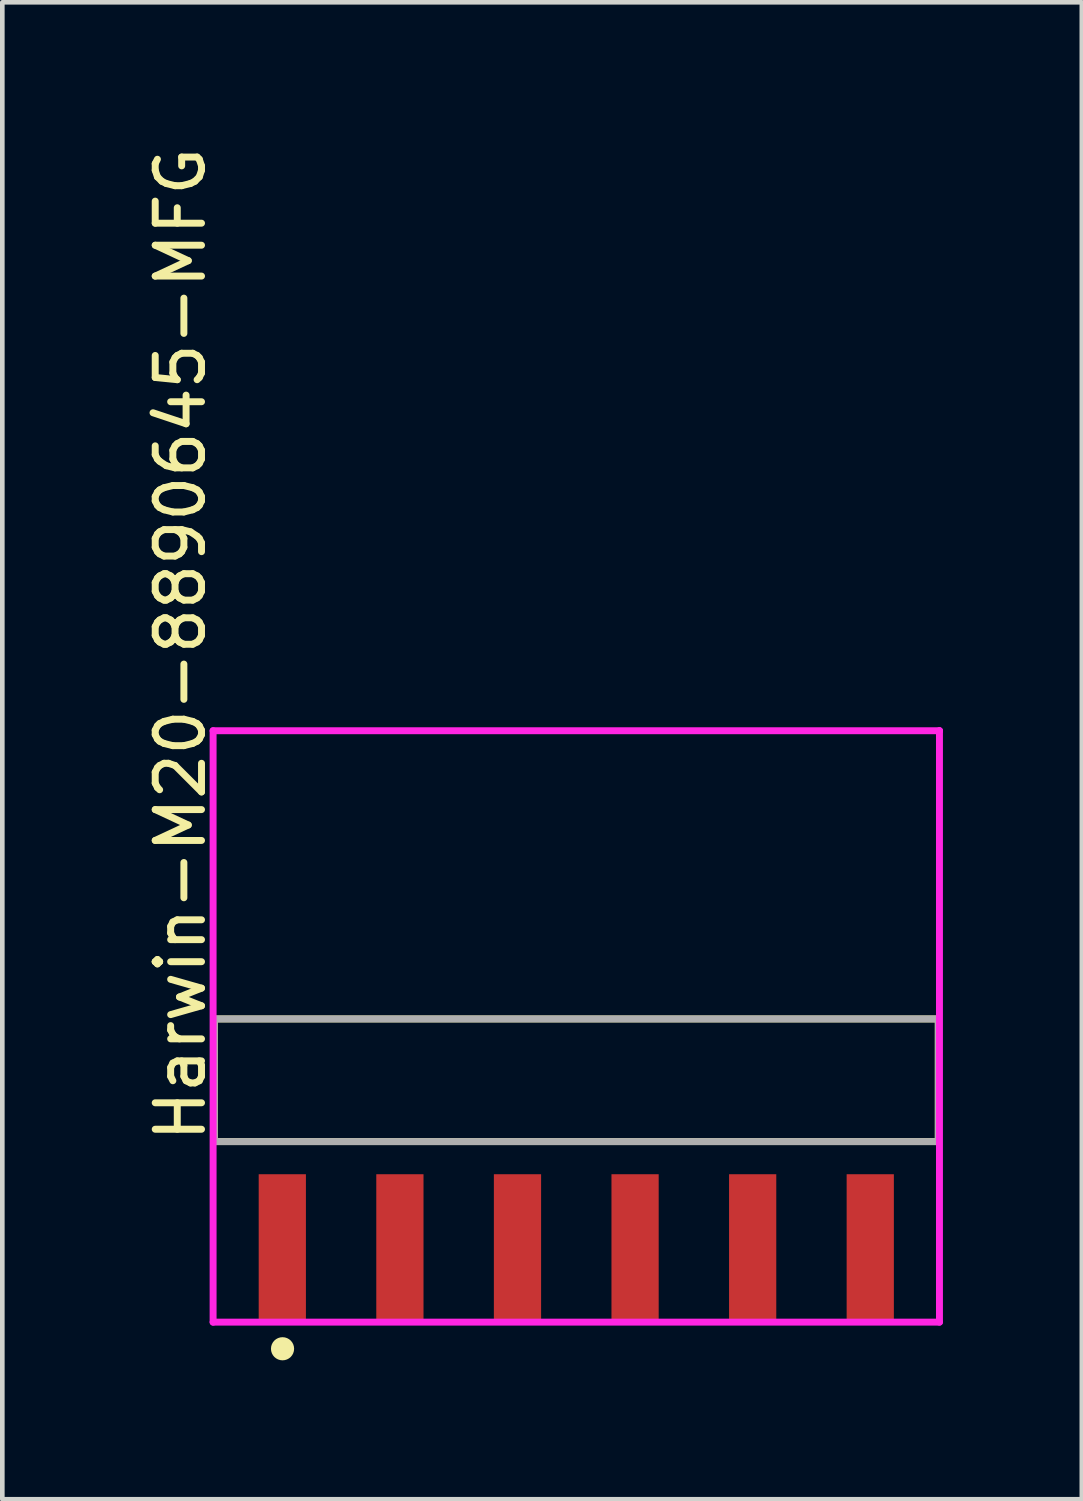
<source format=kicad_pcb>
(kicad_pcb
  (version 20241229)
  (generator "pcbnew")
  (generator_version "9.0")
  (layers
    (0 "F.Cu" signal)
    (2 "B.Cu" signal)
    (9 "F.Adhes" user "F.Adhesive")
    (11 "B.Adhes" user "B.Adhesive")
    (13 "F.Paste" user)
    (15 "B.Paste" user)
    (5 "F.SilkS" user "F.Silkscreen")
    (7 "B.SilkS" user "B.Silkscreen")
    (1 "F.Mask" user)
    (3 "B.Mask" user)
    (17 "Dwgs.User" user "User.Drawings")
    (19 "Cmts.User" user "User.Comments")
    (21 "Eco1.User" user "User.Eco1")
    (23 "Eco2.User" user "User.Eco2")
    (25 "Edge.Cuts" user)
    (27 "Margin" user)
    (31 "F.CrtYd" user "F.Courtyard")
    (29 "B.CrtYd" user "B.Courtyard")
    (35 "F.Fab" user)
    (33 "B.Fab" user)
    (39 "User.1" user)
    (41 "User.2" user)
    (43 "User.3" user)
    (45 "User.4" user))
  (footprint "Harwin-M20-8890645-MFG"
    (layer "F.Cu")
    (at 9.398 20.284)
    (property "Reference" "Harwin-M20-8890645-MFG" (at -8.55 1.395 90) (layer "F.SilkS") (effects (font (size 1 1) (thickness 0.15)) (justify left)))
    (attr through_hole)
    (fp_line (start -7.82 -1.325) (end 7.82 -1.325) (stroke (width 0.15) (type solid)) (layer "F.SilkS"))
    (fp_line (start -7.82 1.325) (end -7.82 -1.325) (stroke (width 0.15) (type solid)) (layer "F.SilkS"))
    (fp_line (start -7.82 1.325) (end 7.82 1.325) (stroke (width 0.15) (type solid)) (layer "F.SilkS"))
    (fp_line (start 7.82 1.325) (end 7.82 -1.325) (stroke (width 0.15) (type solid)) (layer "F.SilkS"))
    (fp_circle (center -6.345 5.8) (end -6.22 5.8) (stroke (width 0.25) (type solid)) (fill no) (layer "F.SilkS"))
    (fp_line (start -7.845 -7.55) (end -7.845 5.225) (stroke (width 0.15) (type solid)) (layer "F.CrtYd"))
    (fp_line (start -7.845 5.225) (end 7.845 5.225) (stroke (width 0.15) (type solid)) (layer "F.CrtYd"))
    (fp_line (start 7.845 -7.55) (end -7.845 -7.55) (stroke (width 0.15) (type solid)) (layer "F.CrtYd"))
    (fp_line (start 7.845 -7.55) (end 7.845 -7.55) (stroke (width 0.15) (type solid)) (layer "F.CrtYd"))
    (fp_line (start 7.845 5.225) (end 7.845 -7.55) (stroke (width 0.15) (type solid)) (layer "F.CrtYd"))
    (fp_line (start -7.82 -1.325) (end 7.82 -1.325) (stroke (width 0.15) (type solid)) (layer "F.Fab"))
    (fp_line (start -7.82 1.325) (end -7.82 -1.325) (stroke (width 0.15) (type solid)) (layer "F.Fab"))
    (fp_line (start 7.82 -1.325) (end 7.82 1.325) (stroke (width 0.15) (type solid)) (layer "F.Fab"))
    (fp_line (start 7.82 1.325) (end -7.82 1.325) (stroke (width 0.15) (type solid)) (layer "F.Fab"))
    (pad "1" smd rect (at -6.35 3.615) (size 1.02 3.17) (layers "F.Cu" "F.Mask" "F.Paste"))
    (pad "2" smd rect (at -3.81 3.615) (size 1.02 3.17) (layers "F.Cu" "F.Mask" "F.Paste"))
    (pad "3" smd rect (at -1.27 3.615) (size 1.02 3.17) (layers "F.Cu" "F.Mask" "F.Paste"))
    (pad "4" smd rect (at 1.27 3.615) (size 1.02 3.17) (layers "F.Cu" "F.Mask" "F.Paste"))
    (pad "5" smd rect (at 3.81 3.615) (size 1.02 3.17) (layers "F.Cu" "F.Mask" "F.Paste"))
    (pad "6" smd rect (at 6.35 3.615) (size 1.02 3.17) (layers "F.Cu" "F.Mask" "F.Paste")))
  (gr_rect
    (start -3 -3)
    (end 20.318 29.334)
    (stroke (width 0.1) (type default))
    (fill no)
    (layer "Edge.Cuts")))
</source>
